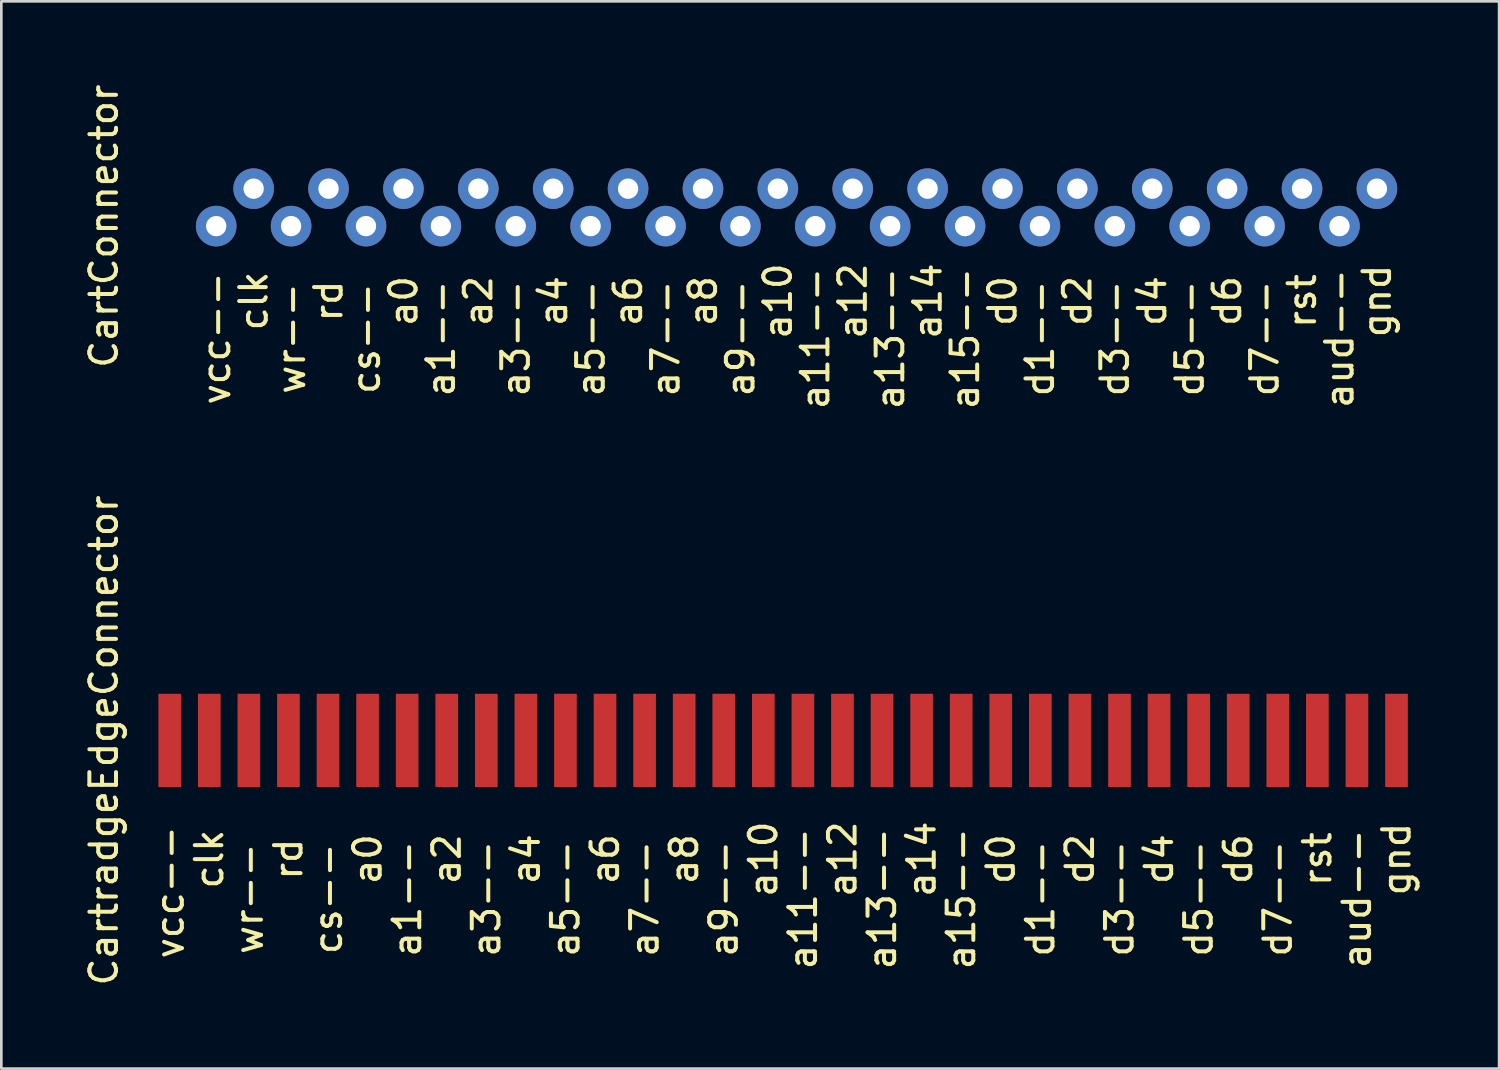
<source format=kicad_pcb>
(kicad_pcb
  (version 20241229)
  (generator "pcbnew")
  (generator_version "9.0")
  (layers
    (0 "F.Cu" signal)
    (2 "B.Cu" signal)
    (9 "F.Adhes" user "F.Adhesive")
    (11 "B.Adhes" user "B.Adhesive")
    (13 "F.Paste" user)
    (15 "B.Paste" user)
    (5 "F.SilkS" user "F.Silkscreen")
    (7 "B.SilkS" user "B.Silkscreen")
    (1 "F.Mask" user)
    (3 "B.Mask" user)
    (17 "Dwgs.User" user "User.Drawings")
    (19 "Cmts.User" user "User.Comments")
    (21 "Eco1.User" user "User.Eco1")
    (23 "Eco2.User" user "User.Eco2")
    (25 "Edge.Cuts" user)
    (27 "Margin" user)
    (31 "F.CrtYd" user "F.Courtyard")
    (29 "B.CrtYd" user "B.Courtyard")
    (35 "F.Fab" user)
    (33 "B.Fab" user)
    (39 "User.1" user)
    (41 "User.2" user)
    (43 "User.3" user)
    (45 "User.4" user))
  (footprint "CartradgeEdgeConnector"
    (layer "F.Cu")
    (at 3.318 24.733)
    (property "Reference" "CartradgeEdgeConnector" (at -2.47 0 90) (layer "F.SilkS") (effects (font (size 1 1) (thickness 0.15))))
    (attr through_hole)
    (fp_text user "a3--" (at 11.88 5.94 90) (layer "F.SilkS") (effects (font (size 1 1) (thickness 0.15))))
    (fp_text user "d6" (at 40.095 4.455 90) (layer "F.SilkS") (effects (font (size 1 1) (thickness 0.15))))
    (fp_text user "a13--" (at 26.73 5.94 90) (layer "F.SilkS") (effects (font (size 1 1) (thickness 0.15))))
    (fp_text user "a6" (at 16.335 4.455 90) (layer "F.SilkS") (effects (font (size 1 1) (thickness 0.15))))
    (fp_text user "wr--" (at 2.97 5.94 90) (layer "F.SilkS") (effects (font (size 1 1) (thickness 0.15))))
    (fp_text user "d4" (at 37.125 4.455 90) (layer "F.SilkS") (effects (font (size 1 1) (thickness 0.15))))
    (fp_text user "a15--" (at 29.7 5.94 90) (layer "F.SilkS") (effects (font (size 1 1) (thickness 0.15))))
    (fp_text user "a5--" (at 14.85 5.94 90) (layer "F.SilkS") (effects (font (size 1 1) (thickness 0.15))))
    (fp_text user "cs--" (at 5.94 5.94 90) (layer "F.SilkS") (effects (font (size 1 1) (thickness 0.15))))
    (fp_text user "a8" (at 19.305 4.455 90) (layer "F.SilkS") (effects (font (size 1 1) (thickness 0.15))))
    (fp_text user "a4" (at 13.365 4.455 90) (layer "F.SilkS") (effects (font (size 1 1) (thickness 0.15))))
    (fp_text user "a10" (at 22.275 4.455 90) (layer "F.SilkS") (effects (font (size 1 1) (thickness 0.15))))
    (fp_text user "d3--" (at 35.64 5.94 90) (layer "F.SilkS") (effects (font (size 1 1) (thickness 0.15))))
    (fp_text user "d7--" (at 41.58 5.94 90) (layer "F.SilkS") (effects (font (size 1 1) (thickness 0.15))))
    (fp_text user "d1--" (at 32.67 5.94 90) (layer "F.SilkS") (effects (font (size 1 1) (thickness 0.15))))
    (fp_text user "a2" (at 10.395 4.455 90) (layer "F.SilkS") (effects (font (size 1 1) (thickness 0.15))))
    (fp_text user "aud--" (at 44.55 5.94 90) (layer "F.SilkS") (effects (font (size 1 1) (thickness 0.15))))
    (fp_text user "d2" (at 34.155 4.455 90) (layer "F.SilkS") (effects (font (size 1 1) (thickness 0.15))))
    (fp_text user "a11--" (at 23.76 5.94 90) (layer "F.SilkS") (effects (font (size 1 1) (thickness 0.15))))
    (fp_text user "rst" (at 43.065 4.455 90) (layer "F.SilkS") (effects (font (size 1 1) (thickness 0.15))))
    (fp_text user "a7--" (at 17.82 5.94 90) (layer "F.SilkS") (effects (font (size 1 1) (thickness 0.15))))
    (fp_text user "clk" (at 1.485 4.455 90) (layer "F.SilkS") (effects (font (size 1 1) (thickness 0.15))))
    (fp_text user "d0" (at 31.185 4.455 90) (layer "F.SilkS") (effects (font (size 1 1) (thickness 0.15))))
    (fp_text user "a12" (at 25.245 4.455 90) (layer "F.SilkS") (effects (font (size 1 1) (thickness 0.15))))
    (fp_text user "gnd" (at 46.035 4.455 90) (layer "F.SilkS") (effects (font (size 1 1) (thickness 0.15))))
    (fp_text user "d5--" (at 38.61 5.94 90) (layer "F.SilkS") (effects (font (size 1 1) (thickness 0.15))))
    (fp_text user "vcc--" (at 0 5.7 90) (layer "F.SilkS") (effects (font (size 1 1) (thickness 0.15))))
    (fp_text user "a9--" (at 20.79 5.94 90) (layer "F.SilkS") (effects (font (size 1 1) (thickness 0.15))))
    (fp_text user "a1--" (at 8.91 5.94 90) (layer "F.SilkS") (effects (font (size 1 1) (thickness 0.15))))
    (fp_text user "a0" (at 7.425 4.455 90) (layer "F.SilkS") (effects (font (size 1 1) (thickness 0.15))))
    (fp_text user "a14" (at 28.215 4.455 90) (layer "F.SilkS") (effects (font (size 1 1) (thickness 0.15))))
    (fp_text user "rd" (at 4.455 4.455 90) (layer "F.SilkS") (effects (font (size 1 1) (thickness 0.15))))
    (pad "1" smd rect (at 0 0) (size 0.85 3.5) (layers "F.Cu" "F.Mask" "F.Paste"))
    (pad "2" smd rect (at 1.485 0) (size 0.85 3.5) (layers "F.Cu" "F.Mask" "F.Paste"))
    (pad "3" smd rect (at 2.97 0) (size 0.85 3.5) (layers "F.Cu" "F.Mask" "F.Paste"))
    (pad "4" smd rect (at 4.455 0) (size 0.85 3.5) (layers "F.Cu" "F.Mask" "F.Paste"))
    (pad "5" smd rect (at 5.94 0) (size 0.85 3.5) (layers "F.Cu" "F.Mask" "F.Paste"))
    (pad "6" smd rect (at 7.425 0) (size 0.85 3.5) (layers "F.Cu" "F.Mask" "F.Paste"))
    (pad "7" smd rect (at 8.91 0) (size 0.85 3.5) (layers "F.Cu" "F.Mask" "F.Paste"))
    (pad "8" smd rect (at 10.395 0) (size 0.85 3.5) (layers "F.Cu" "F.Mask" "F.Paste"))
    (pad "9" smd rect (at 11.88 0) (size 0.85 3.5) (layers "F.Cu" "F.Mask" "F.Paste"))
    (pad "10" smd rect (at 13.365 0) (size 0.85 3.5) (layers "F.Cu" "F.Mask" "F.Paste"))
    (pad "11" smd rect (at 14.85 0) (size 0.85 3.5) (layers "F.Cu" "F.Mask" "F.Paste"))
    (pad "12" smd rect (at 16.335 0) (size 0.85 3.5) (layers "F.Cu" "F.Mask" "F.Paste"))
    (pad "13" smd rect (at 17.82 0) (size 0.85 3.5) (layers "F.Cu" "F.Mask" "F.Paste"))
    (pad "14" smd rect (at 19.305 0) (size 0.85 3.5) (layers "F.Cu" "F.Mask" "F.Paste"))
    (pad "15" smd rect (at 20.79 0) (size 0.85 3.5) (layers "F.Cu" "F.Mask" "F.Paste"))
    (pad "16" smd rect (at 22.275 0) (size 0.85 3.5) (layers "F.Cu" "F.Mask" "F.Paste"))
    (pad "17" smd rect (at 23.76 0) (size 0.85 3.5) (layers "F.Cu" "F.Mask" "F.Paste"))
    (pad "18" smd rect (at 25.245 0) (size 0.85 3.5) (layers "F.Cu" "F.Mask" "F.Paste"))
    (pad "19" smd rect (at 26.73 0) (size 0.85 3.5) (layers "F.Cu" "F.Mask" "F.Paste"))
    (pad "20" smd rect (at 28.215 0) (size 0.85 3.5) (layers "F.Cu" "F.Mask" "F.Paste"))
    (pad "21" smd rect (at 29.7 0) (size 0.85 3.5) (layers "F.Cu" "F.Mask" "F.Paste"))
    (pad "22" smd rect (at 31.185 0) (size 0.85 3.5) (layers "F.Cu" "F.Mask" "F.Paste"))
    (pad "23" smd rect (at 32.67 0) (size 0.85 3.5) (layers "F.Cu" "F.Mask" "F.Paste"))
    (pad "24" smd rect (at 34.155 0) (size 0.85 3.5) (layers "F.Cu" "F.Mask" "F.Paste"))
    (pad "25" smd rect (at 35.64 0) (size 0.85 3.5) (layers "F.Cu" "F.Mask" "F.Paste"))
    (pad "26" smd rect (at 37.125 0) (size 0.85 3.5) (layers "F.Cu" "F.Mask" "F.Paste"))
    (pad "27" smd rect (at 38.61 0) (size 0.85 3.5) (layers "F.Cu" "F.Mask" "F.Paste"))
    (pad "28" smd rect (at 40.095 0) (size 0.85 3.5) (layers "F.Cu" "F.Mask" "F.Paste"))
    (pad "29" smd rect (at 41.58 0) (size 0.85 3.5) (layers "F.Cu" "F.Mask" "F.Paste"))
    (pad "30" smd rect (at 43.065 0) (size 0.85 3.5) (layers "F.Cu" "F.Mask" "F.Paste"))
    (pad "31" smd rect (at 44.55 0) (size 0.85 3.5) (layers "F.Cu" "F.Mask" "F.Paste"))
    (pad "32" smd rect (at 46.035 0) (size 0.85 3.5) (layers "F.Cu" "F.Mask" "F.Paste")))
  (footprint "CartConnector"
    (layer "F.Cu")
    (at 5.063 5.435)
    (property "Reference" "CartConnector" (at -4.215 0 90) (layer "F.SilkS") (effects (font (size 1 1) (thickness 0.15))))
    (attr through_hole)
    (fp_text user "a6" (at 15.455 2.81 90) (layer "F.SilkS") (effects (font (size 1 1) (thickness 0.15))))
    (fp_text user "a12" (at 23.885 2.81 90) (layer "F.SilkS") (effects (font (size 1 1) (thickness 0.15))))
    (fp_text user "a9--" (at 19.67 4.215 90) (layer "F.SilkS") (effects (font (size 1 1) (thickness 0.15))))
    (fp_text user "rd" (at 4.215 2.81 90) (layer "F.SilkS") (effects (font (size 1 1) (thickness 0.15))))
    (fp_text user "a4" (at 12.645 2.81 90) (layer "F.SilkS") (effects (font (size 1 1) (thickness 0.15))))
    (fp_text user "clk" (at 1.405 2.81 90) (layer "F.SilkS") (effects (font (size 1 1) (thickness 0.15))))
    (fp_text user "a7--" (at 16.86 4.215 90) (layer "F.SilkS") (effects (font (size 1 1) (thickness 0.15))))
    (fp_text user "a10" (at 21.075 2.81 90) (layer "F.SilkS") (effects (font (size 1 1) (thickness 0.15))))
    (fp_text user "vcc--" (at 0 4.215 90) (layer "F.SilkS") (effects (font (size 1 1) (thickness 0.15))))
    (fp_text user "a15--" (at 28.1 4.215 90) (layer "F.SilkS") (effects (font (size 1 1) (thickness 0.15))))
    (fp_text user "a14" (at 26.695 2.81 90) (layer "F.SilkS") (effects (font (size 1 1) (thickness 0.15))))
    (fp_text user "d5--" (at 36.53 4.215 90) (layer "F.SilkS") (effects (font (size 1 1) (thickness 0.15))))
    (fp_text user "d0" (at 29.505 2.81 90) (layer "F.SilkS") (effects (font (size 1 1) (thickness 0.15))))
    (fp_text user "a3--" (at 11.24 4.215 90) (layer "F.SilkS") (effects (font (size 1 1) (thickness 0.15))))
    (fp_text user "d3--" (at 33.72 4.215 90) (layer "F.SilkS") (effects (font (size 1 1) (thickness 0.15))))
    (fp_text user "a1--" (at 8.43 4.215 90) (layer "F.SilkS") (effects (font (size 1 1) (thickness 0.15))))
    (fp_text user "cs--" (at 5.62 4.215 90) (layer "F.SilkS") (effects (font (size 1 1) (thickness 0.15))))
    (fp_text user "d1--" (at 30.91 4.215 90) (layer "F.SilkS") (effects (font (size 1 1) (thickness 0.15))))
    (fp_text user "wr--" (at 2.81 4.215 90) (layer "F.SilkS") (effects (font (size 1 1) (thickness 0.15))))
    (fp_text user "d7--" (at 39.34 4.215 90) (layer "F.SilkS") (effects (font (size 1 1) (thickness 0.15))))
    (fp_text user "d2" (at 32.315 2.81 90) (layer "F.SilkS") (effects (font (size 1 1) (thickness 0.15))))
    (fp_text user "d6" (at 37.935 2.81 90) (layer "F.SilkS") (effects (font (size 1 1) (thickness 0.15))))
    (fp_text user "rst" (at 40.745 2.81 90) (layer "F.SilkS") (effects (font (size 1 1) (thickness 0.15))))
    (fp_text user "a2" (at 9.835 2.81 90) (layer "F.SilkS") (effects (font (size 1 1) (thickness 0.15))))
    (fp_text user "gnd" (at 43.555 2.81 90) (layer "F.SilkS") (effects (font (size 1 1) (thickness 0.15))))
    (fp_text user "aud--" (at 42.15 4.215 90) (layer "F.SilkS") (effects (font (size 1 1) (thickness 0.15))))
    (fp_text user "a5--" (at 14.05 4.215 90) (layer "F.SilkS") (effects (font (size 1 1) (thickness 0.15))))
    (fp_text user "a13--" (at 25.29 4.215 90) (layer "F.SilkS") (effects (font (size 1 1) (thickness 0.15))))
    (fp_text user "a0" (at 7.025 2.81 90) (layer "F.SilkS") (effects (font (size 1 1) (thickness 0.15))))
    (fp_text user "a8" (at 18.265 2.81 90) (layer "F.SilkS") (effects (font (size 1 1) (thickness 0.15))))
    (fp_text user "a11--" (at 22.48 4.215 90) (layer "F.SilkS") (effects (font (size 1 1) (thickness 0.15))))
    (fp_text user "d4" (at 35.125 2.81 90) (layer "F.SilkS") (effects (font (size 1 1) (thickness 0.15))))
    (pad "1" thru_hole circle (at 0 0 180) (size 1.524 1.524) (drill 0.762) (layers "*.Cu" "*.Mask"))
    (pad "2" thru_hole circle (at 1.405 -1.405 180) (size 1.524 1.524) (drill 0.762) (layers "*.Cu" "*.Mask"))
    (pad "3" thru_hole circle (at 2.81 0 180) (size 1.524 1.524) (drill 0.762) (layers "*.Cu" "*.Mask"))
    (pad "4" thru_hole circle (at 4.215 -1.405 180) (size 1.524 1.524) (drill 0.762) (layers "*.Cu" "*.Mask"))
    (pad "5" thru_hole circle (at 5.62 0 180) (size 1.524 1.524) (drill 0.762) (layers "*.Cu" "*.Mask"))
    (pad "6" thru_hole circle (at 7.025 -1.405 180) (size 1.524 1.524) (drill 0.762) (layers "*.Cu" "*.Mask"))
    (pad "7" thru_hole circle (at 8.43 0 180) (size 1.524 1.524) (drill 0.762) (layers "*.Cu" "*.Mask"))
    (pad "8" thru_hole circle (at 9.835 -1.405 180) (size 1.524 1.524) (drill 0.762) (layers "*.Cu" "*.Mask"))
    (pad "9" thru_hole circle (at 11.24 0 180) (size 1.524 1.524) (drill 0.762) (layers "*.Cu" "*.Mask"))
    (pad "10" thru_hole circle (at 12.645 -1.405 180) (size 1.524 1.524) (drill 0.762) (layers "*.Cu" "*.Mask"))
    (pad "11" thru_hole circle (at 14.05 0 180) (size 1.524 1.524) (drill 0.762) (layers "*.Cu" "*.Mask"))
    (pad "12" thru_hole circle (at 15.455 -1.405 180) (size 1.524 1.524) (drill 0.762) (layers "*.Cu" "*.Mask"))
    (pad "13" thru_hole circle (at 16.86 0 180) (size 1.524 1.524) (drill 0.762) (layers "*.Cu" "*.Mask"))
    (pad "14" thru_hole circle (at 18.265 -1.405 180) (size 1.524 1.524) (drill 0.762) (layers "*.Cu" "*.Mask"))
    (pad "15" thru_hole circle (at 19.67 0 180) (size 1.524 1.524) (drill 0.762) (layers "*.Cu" "*.Mask"))
    (pad "16" thru_hole circle (at 21.075 -1.405 180) (size 1.524 1.524) (drill 0.762) (layers "*.Cu" "*.Mask"))
    (pad "17" thru_hole circle (at 22.48 0 180) (size 1.524 1.524) (drill 0.762) (layers "*.Cu" "*.Mask"))
    (pad "18" thru_hole circle (at 23.885 -1.405 180) (size 1.524 1.524) (drill 0.762) (layers "*.Cu" "*.Mask"))
    (pad "19" thru_hole circle (at 25.29 0 180) (size 1.524 1.524) (drill 0.762) (layers "*.Cu" "*.Mask"))
    (pad "20" thru_hole circle (at 26.695 -1.405 180) (size 1.524 1.524) (drill 0.762) (layers "*.Cu" "*.Mask"))
    (pad "21" thru_hole circle (at 28.1 0 180) (size 1.524 1.524) (drill 0.762) (layers "*.Cu" "*.Mask"))
    (pad "22" thru_hole circle (at 29.505 -1.405 180) (size 1.524 1.524) (drill 0.762) (layers "*.Cu" "*.Mask"))
    (pad "23" thru_hole circle (at 30.91 0 180) (size 1.524 1.524) (drill 0.762) (layers "*.Cu" "*.Mask"))
    (pad "24" thru_hole circle (at 32.315 -1.405 180) (size 1.524 1.524) (drill 0.762) (layers "*.Cu" "*.Mask"))
    (pad "25" thru_hole circle (at 33.72 0 180) (size 1.524 1.524) (drill 0.762) (layers "*.Cu" "*.Mask"))
    (pad "26" thru_hole circle (at 35.125 -1.405 180) (size 1.524 1.524) (drill 0.762) (layers "*.Cu" "*.Mask"))
    (pad "27" thru_hole circle (at 36.53 0 180) (size 1.524 1.524) (drill 0.762) (layers "*.Cu" "*.Mask"))
    (pad "28" thru_hole circle (at 37.935 -1.405 180) (size 1.524 1.524) (drill 0.762) (layers "*.Cu" "*.Mask"))
    (pad "29" thru_hole circle (at 39.34 0 180) (size 1.524 1.524) (drill 0.762) (layers "*.Cu" "*.Mask"))
    (pad "30" thru_hole circle (at 40.745 -1.405 180) (size 1.524 1.524) (drill 0.762) (layers "*.Cu" "*.Mask"))
    (pad "31" thru_hole circle (at 42.15 0 180) (size 1.524 1.524) (drill 0.762) (layers "*.Cu" "*.Mask"))
    (pad "32" thru_hole circle (at 43.555 -1.405 180) (size 1.524 1.524) (drill 0.762) (layers "*.Cu" "*.Mask")))
  (gr_rect
    (start -3 -3)
    (end 53.202 37.048)
    (stroke (width 0.1) (type default))
    (fill no)
    (layer "Edge.Cuts")))
</source>
